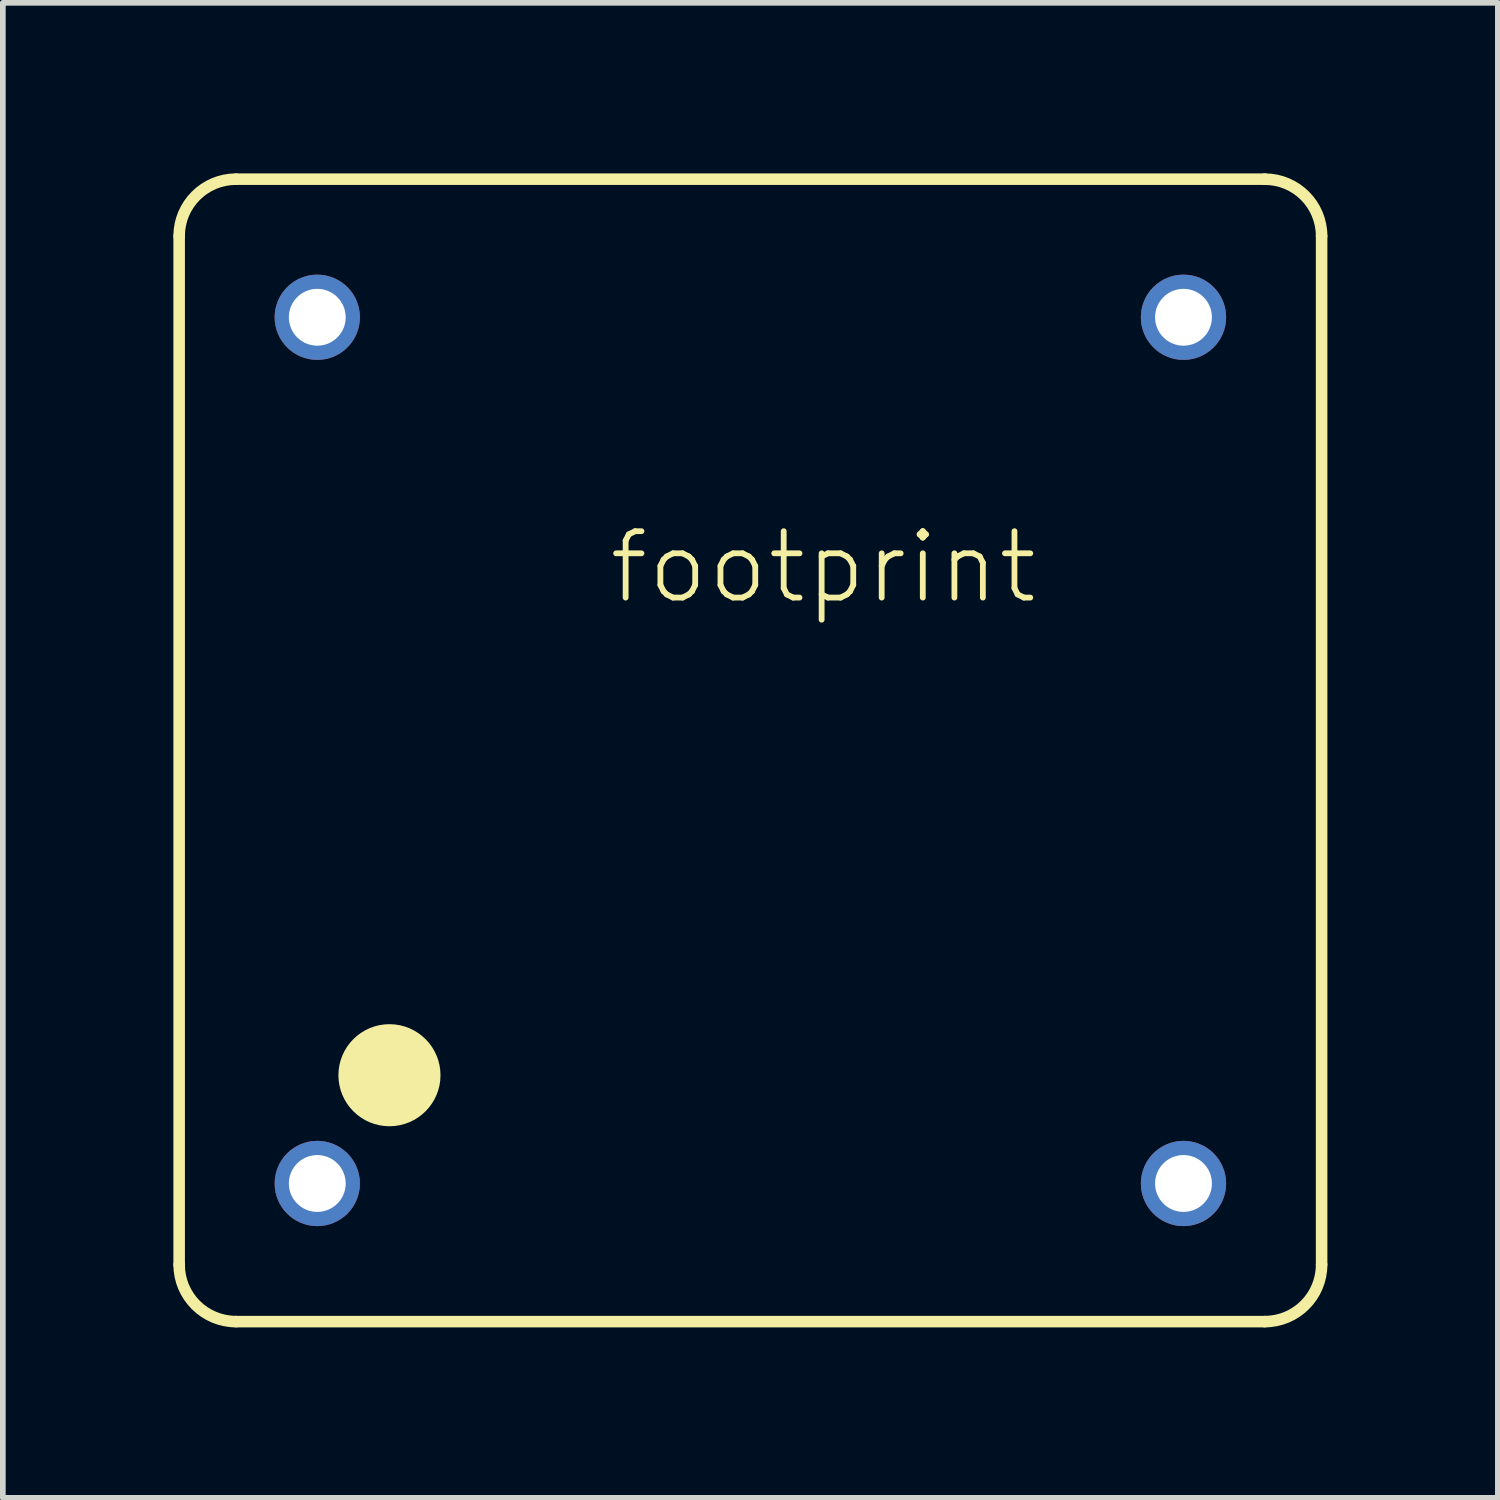
<source format=kicad_pcb>
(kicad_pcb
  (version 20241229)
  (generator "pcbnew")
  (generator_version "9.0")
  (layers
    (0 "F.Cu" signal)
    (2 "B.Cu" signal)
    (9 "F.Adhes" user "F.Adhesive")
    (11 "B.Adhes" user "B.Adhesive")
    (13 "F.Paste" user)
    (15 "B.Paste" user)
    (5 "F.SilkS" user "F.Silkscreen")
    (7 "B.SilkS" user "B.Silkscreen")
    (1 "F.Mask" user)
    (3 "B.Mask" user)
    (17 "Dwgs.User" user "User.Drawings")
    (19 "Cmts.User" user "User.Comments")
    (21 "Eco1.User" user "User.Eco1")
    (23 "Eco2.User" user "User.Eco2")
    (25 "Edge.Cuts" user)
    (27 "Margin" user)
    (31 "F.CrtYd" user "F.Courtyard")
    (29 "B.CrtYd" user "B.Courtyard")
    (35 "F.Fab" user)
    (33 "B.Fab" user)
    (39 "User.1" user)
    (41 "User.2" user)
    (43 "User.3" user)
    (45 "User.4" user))
  (footprint "footprint"
    (layer "F.Cu")
    (at 10.152 10.152)
    (property "Reference" "footprint" (at -2.54 -2.54 0) (layer "F.SilkS") (effects (font (size 1.168 1.168) (thickness 0.102)) (justify left bottom)))
    (fp_line (start -10.05 -9.05) (end -10.05 9.05) (stroke (width 0.203) (type solid)) (layer "F.SilkS"))
    (fp_line (start -9.05 10.05) (end 9.05 10.05) (stroke (width 0.203) (type solid)) (layer "F.SilkS"))
    (fp_line (start 9.05 -10.05) (end -9.05 -10.05) (stroke (width 0.203) (type solid)) (layer "F.SilkS"))
    (fp_line (start 10.05 9.05) (end 10.05 -9.05) (stroke (width 0.203) (type solid)) (layer "F.SilkS"))
    (fp_arc (start -10.05 -9.05) (mid -9.757107 -9.757107) (end -9.05 -10.05) (stroke (width 0.2032) (type solid)) (layer "F.SilkS"))
    (fp_arc (start -9.05 10.05) (mid -9.757107 9.757107) (end -10.05 9.05) (stroke (width 0.2032) (type solid)) (layer "F.SilkS"))
    (fp_arc (start 9.05 -10.05) (mid 9.757107 -9.757107) (end 10.05 -9.05) (stroke (width 0.2032) (type solid)) (layer "F.SilkS"))
    (fp_arc (start 10.05 9.05) (mid 9.757107 9.757107) (end 9.05 10.05) (stroke (width 0.2032) (type solid)) (layer "F.SilkS"))
    (fp_circle (center -6.35 5.715) (end -5.901 5.715) (stroke (width 0.898) (type solid)) (fill yes) (layer "F.SilkS"))
    (pad "1" thru_hole circle (at -7.62 7.62) (size 1.5 1.5) (drill 1) (layers "*.Cu" "*.Mask"))
    (pad "2" thru_hole circle (at 7.62 7.62 90) (size 1.5 1.5) (drill 1) (layers "*.Cu" "*.Mask"))
    (pad "3" thru_hole circle (at 7.62 -7.62 180) (size 1.5 1.5) (drill 1) (layers "*.Cu" "*.Mask"))
    (pad "4" thru_hole circle (at -7.62 -7.62 270) (size 1.5 1.5) (drill 1) (layers "*.Cu" "*.Mask")))
  (gr_rect
    (start -3 -3)
    (end 23.303 23.303)
    (stroke (width 0.1) (type default))
    (fill no)
    (layer "Edge.Cuts")))
</source>
